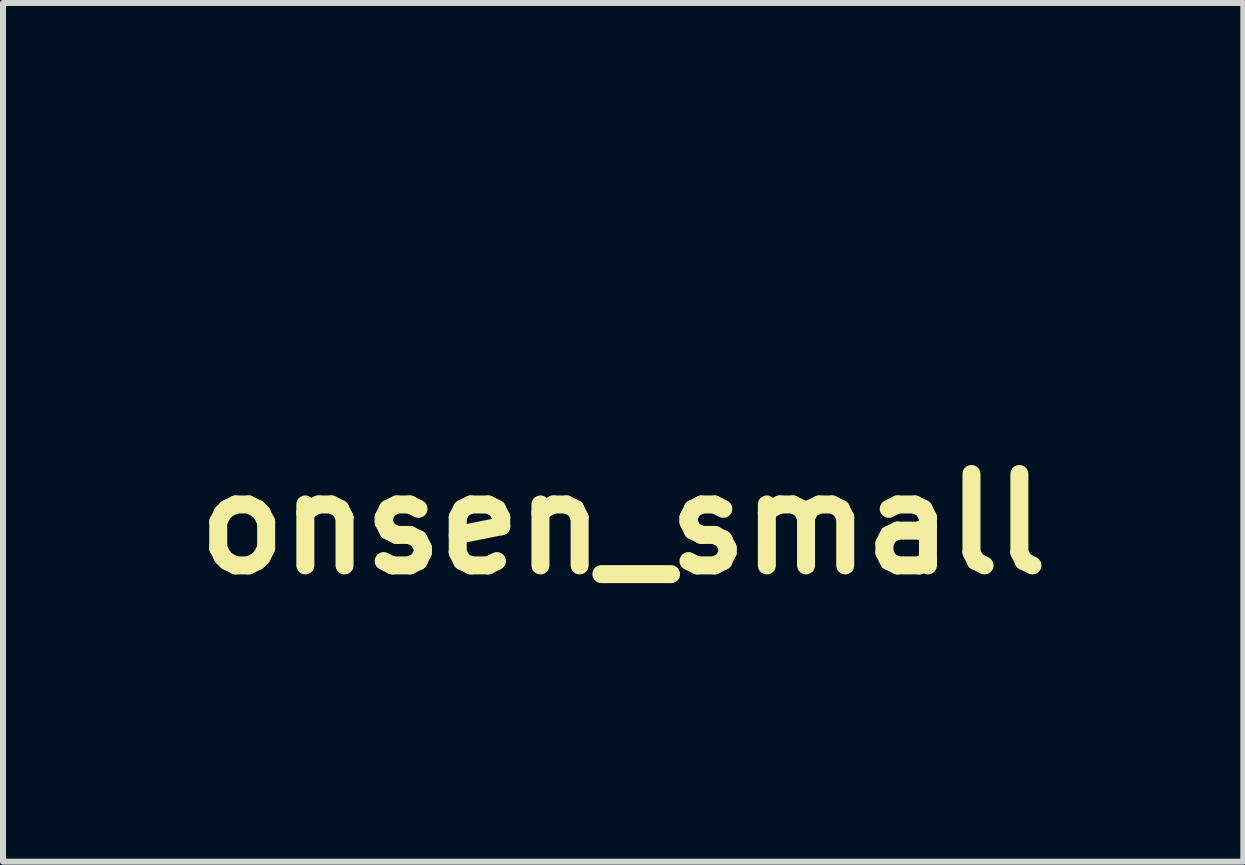
<source format=kicad_pcb>
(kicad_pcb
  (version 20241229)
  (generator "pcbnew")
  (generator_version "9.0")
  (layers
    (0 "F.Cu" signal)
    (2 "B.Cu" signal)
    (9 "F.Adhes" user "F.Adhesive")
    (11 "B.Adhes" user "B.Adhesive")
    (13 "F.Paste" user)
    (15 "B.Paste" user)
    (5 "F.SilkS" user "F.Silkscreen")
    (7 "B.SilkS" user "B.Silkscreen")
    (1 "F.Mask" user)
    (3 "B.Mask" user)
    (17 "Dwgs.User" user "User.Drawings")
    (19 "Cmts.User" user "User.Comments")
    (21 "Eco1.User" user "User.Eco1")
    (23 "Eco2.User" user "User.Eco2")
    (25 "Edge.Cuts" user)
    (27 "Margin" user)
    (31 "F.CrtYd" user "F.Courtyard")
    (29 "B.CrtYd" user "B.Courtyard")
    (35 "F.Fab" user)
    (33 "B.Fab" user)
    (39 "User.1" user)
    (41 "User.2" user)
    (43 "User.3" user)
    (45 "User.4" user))
  (footprint "onsen_small"
    (layer "F.Cu")
    (at 7.337 5.685)
    (property "Reference" "onsen_small" (at 0 0 0) (layer "F.SilkS") (effects (font (size 1.524 1.524) (thickness 0.3))))
    (attr through_hole)
    (fp_poly (pts (xy -1.615 -5.059) (xy -1.586 -5.049) (xy -1.545 -5.027) (xy -1.518 -5.004) (xy -1.516 -5.001) (xy -1.511 -4.968) (xy -1.515 -4.91) (xy -1.528 -4.83) (xy -1.549 -4.732) (xy -1.576 -4.621) (xy -1.61 -4.5) (xy -1.612 -4.494) (xy -1.654 -4.35) (xy -1.685 -4.229) (xy -1.708 -4.125) (xy -1.724 -4.03) (xy -1.733 -3.938) (xy -1.737 -3.843) (xy -1.738 -3.787) (xy -1.723 -3.549) (xy -1.679 -3.31) (xy -1.606 -3.075) (xy -1.59 -3.033) (xy -1.579 -3.004) (xy -1.559 -2.955) (xy -1.535 -2.894) (xy -1.527 -2.875) (xy -1.5 -2.807) (xy -1.473 -2.742) (xy -1.452 -2.692) (xy -1.448 -2.684) (xy -1.394 -2.561) (xy -1.338 -2.425) (xy -1.282 -2.286) (xy -1.231 -2.154) (xy -1.188 -2.036) (xy -1.171 -1.986) (xy -1.125 -1.824) (xy -1.088 -1.652) (xy -1.064 -1.482) (xy -1.052 -1.325) (xy -1.052 -1.291) (xy -1.064 -1.101) (xy -1.1 -0.895) (xy -1.16 -0.675) (xy -1.242 -0.444) (xy -1.344 -0.206) (xy -1.386 -0.12) (xy -1.473 0.04) (xy -1.558 0.17) (xy -1.644 0.271) (xy -1.731 0.345) (xy -1.821 0.393) (xy -1.899 0.414) (xy -1.938 0.418) (xy -1.959 0.407) (xy -1.971 0.384) (xy -1.992 0.306) (xy -1.995 0.221) (xy -1.981 0.125) (xy -1.947 0.014) (xy -1.897 -0.112) (xy -1.863 -0.193) (xy -1.838 -0.257) (xy -1.821 -0.312) (xy -1.806 -0.372) (xy -1.792 -0.445) (xy -1.789 -0.462) (xy -1.763 -0.626) (xy -1.747 -0.79) (xy -1.739 -0.962) (xy -1.738 -1.152) (xy -1.74 -1.232) (xy -1.744 -1.351) (xy -1.749 -1.445) (xy -1.755 -1.519) (xy -1.764 -1.577) (xy -1.775 -1.626) (xy -1.78 -1.644) (xy -1.799 -1.709) (xy -1.818 -1.771) (xy -1.83 -1.809) (xy -1.842 -1.841) (xy -1.867 -1.896) (xy -1.902 -1.969) (xy -1.944 -2.056) (xy -1.991 -2.15) (xy -2.015 -2.196) (xy -2.107 -2.383) (xy -2.181 -2.55) (xy -2.24 -2.704) (xy -2.283 -2.849) (xy -2.314 -2.993) (xy -2.334 -3.139) (xy -2.343 -3.295) (xy -2.345 -3.406) (xy -2.33 -3.681) (xy -2.283 -3.95) (xy -2.206 -4.213) (xy -2.098 -4.47) (xy -1.959 -4.721) (xy -1.824 -4.921) (xy -1.765 -4.994) (xy -1.714 -5.04) (xy -1.665 -5.061) (xy -1.615 -5.059)) (stroke (width 0.01) (type solid)) (fill yes) (layer "F.Mask"))
    (fp_poly (pts (xy 0.119 -5.678) (xy 0.149 -5.647) (xy 0.168 -5.6) (xy 0.182 -5.54) (xy 0.188 -5.477) (xy 0.185 -5.409) (xy 0.173 -5.329) (xy 0.149 -5.233) (xy 0.115 -5.115) (xy 0.087 -5.026) (xy 0.042 -4.851) (xy 0.014 -4.653) (xy 0.003 -4.436) (xy 0.007 -4.204) (xy 0.028 -3.961) (xy 0.064 -3.711) (xy 0.116 -3.458) (xy 0.149 -3.327) (xy 0.168 -3.256) (xy 0.186 -3.192) (xy 0.199 -3.144) (xy 0.203 -3.129) (xy 0.207 -3.111) (xy 0.214 -3.088) (xy 0.224 -3.056) (xy 0.237 -3.012) (xy 0.256 -2.953) (xy 0.281 -2.873) (xy 0.313 -2.771) (xy 0.353 -2.642) (xy 0.355 -2.636) (xy 0.418 -2.432) (xy 0.47 -2.252) (xy 0.512 -2.09) (xy 0.545 -1.942) (xy 0.571 -1.803) (xy 0.591 -1.667) (xy 0.602 -1.57) (xy 0.61 -1.357) (xy 0.592 -1.129) (xy 0.548 -0.884) (xy 0.479 -0.621) (xy 0.433 -0.477) (xy 0.396 -0.371) (xy 0.356 -0.261) (xy 0.316 -0.158) (xy 0.281 -0.071) (xy 0.265 -0.033) (xy 0.252 -0.001) (xy 0.232 0.048) (xy 0.218 0.086) (xy 0.197 0.137) (xy 0.166 0.206) (xy 0.13 0.283) (xy 0.102 0.34) (xy 0.054 0.432) (xy 0.007 0.505) (xy -0.044 0.569) (xy -0.084 0.611) (xy -0.155 0.676) (xy -0.222 0.723) (xy -0.279 0.751) (xy -0.324 0.756) (xy -0.342 0.747) (xy -0.369 0.711) (xy -0.393 0.653) (xy -0.41 0.584) (xy -0.417 0.516) (xy -0.417 0.51) (xy -0.413 0.461) (xy -0.404 0.396) (xy -0.39 0.325) (xy -0.375 0.256) (xy -0.36 0.201) (xy -0.346 0.167) (xy -0.346 0.167) (xy -0.324 0.116) (xy -0.302 0.036) (xy -0.282 -0.07) (xy -0.262 -0.198) (xy -0.244 -0.347) (xy -0.234 -0.454) (xy -0.217 -0.697) (xy -0.212 -0.92) (xy -0.218 -1.129) (xy -0.238 -1.331) (xy -0.272 -1.533) (xy -0.321 -1.741) (xy -0.386 -1.96) (xy -0.468 -2.199) (xy -0.48 -2.232) (xy -0.536 -2.387) (xy -0.583 -2.517) (xy -0.622 -2.626) (xy -0.653 -2.718) (xy -0.679 -2.798) (xy -0.701 -2.87) (xy -0.721 -2.939) (xy -0.739 -3.008) (xy -0.743 -3.025) (xy -0.8 -3.306) (xy -0.827 -3.577) (xy -0.824 -3.839) (xy -0.79 -4.092) (xy -0.764 -4.208) (xy -0.717 -4.367) (xy -0.658 -4.533) (xy -0.59 -4.701) (xy -0.514 -4.867) (xy -0.433 -5.029) (xy -0.348 -5.181) (xy -0.261 -5.32) (xy -0.176 -5.442) (xy -0.093 -5.544) (xy -0.016 -5.621) (xy 0.027 -5.654) (xy 0.08 -5.68) (xy 0.119 -5.678)) (stroke (width 0.01) (type solid)) (fill yes) (layer "F.Mask"))
    (fp_poly (pts (xy 1.697 -5.053) (xy 1.708 -5.051) (xy 1.754 -5.041) (xy 1.787 -5.027) (xy 1.794 -5.022) (xy 1.799 -4.998) (xy 1.801 -4.951) (xy 1.8 -4.889) (xy 1.798 -4.863) (xy 1.792 -4.792) (xy 1.781 -4.721) (xy 1.765 -4.642) (xy 1.742 -4.549) (xy 1.711 -4.435) (xy 1.703 -4.407) (xy 1.666 -4.276) (xy 1.638 -4.171) (xy 1.616 -4.085) (xy 1.6 -4.013) (xy 1.589 -3.95) (xy 1.582 -3.89) (xy 1.578 -3.827) (xy 1.577 -3.757) (xy 1.576 -3.684) (xy 1.578 -3.567) (xy 1.582 -3.472) (xy 1.591 -3.389) (xy 1.607 -3.309) (xy 1.629 -3.222) (xy 1.65 -3.152) (xy 1.702 -3) (xy 1.771 -2.824) (xy 1.854 -2.629) (xy 1.901 -2.525) (xy 1.998 -2.306) (xy 2.077 -2.112) (xy 2.139 -1.942) (xy 2.183 -1.796) (xy 2.193 -1.755) (xy 2.221 -1.627) (xy 2.24 -1.516) (xy 2.251 -1.413) (xy 2.255 -1.306) (xy 2.256 -1.279) (xy 2.252 -1.142) (xy 2.238 -1.009) (xy 2.212 -0.874) (xy 2.174 -0.735) (xy 2.121 -0.585) (xy 2.054 -0.422) (xy 1.969 -0.24) (xy 1.9 -0.1) (xy 1.824 0.042) (xy 1.754 0.158) (xy 1.686 0.252) (xy 1.618 0.328) (xy 1.593 0.352) (xy 1.534 0.401) (xy 1.488 0.427) (xy 1.448 0.432) (xy 1.406 0.42) (xy 1.4 0.417) (xy 1.353 0.377) (xy 1.323 0.311) (xy 1.312 0.218) (xy 1.319 0.1) (xy 1.343 -0.045) (xy 1.371 -0.162) (xy 1.399 -0.268) (xy 1.42 -0.353) (xy 1.436 -0.425) (xy 1.449 -0.494) (xy 1.461 -0.569) (xy 1.472 -0.644) (xy 1.483 -0.723) (xy 1.495 -0.807) (xy 1.504 -0.869) (xy 1.513 -0.951) (xy 1.518 -1.052) (xy 1.52 -1.166) (xy 1.519 -1.283) (xy 1.515 -1.395) (xy 1.509 -1.496) (xy 1.499 -1.575) (xy 1.495 -1.597) (xy 1.469 -1.71) (xy 1.433 -1.83) (xy 1.387 -1.962) (xy 1.33 -2.109) (xy 1.258 -2.278) (xy 1.215 -2.374) (xy 1.191 -2.428) (xy 1.169 -2.479) (xy 1.163 -2.494) (xy 1.142 -2.541) (xy 1.125 -2.581) (xy 1.034 -2.816) (xy 0.972 -3.047) (xy 0.937 -3.281) (xy 0.926 -3.494) (xy 0.934 -3.695) (xy 0.959 -3.879) (xy 1.005 -4.055) (xy 1.074 -4.234) (xy 1.093 -4.277) (xy 1.116 -4.327) (xy 1.132 -4.366) (xy 1.139 -4.384) (xy 1.139 -4.384) (xy 1.147 -4.399) (xy 1.168 -4.436) (xy 1.2 -4.489) (xy 1.239 -4.554) (xy 1.243 -4.561) (xy 1.318 -4.679) (xy 1.394 -4.788) (xy 1.465 -4.884) (xy 1.53 -4.961) (xy 1.581 -5.012) (xy 1.619 -5.043) (xy 1.653 -5.054) (xy 1.697 -5.053)) (stroke (width 0.01) (type solid)) (fill yes) (layer "F.Mask"))
    (fp_poly (pts (xy -3 -1.368) (xy -2.939 -1.342) (xy -2.904 -1.299) (xy -2.896 -1.243) (xy -2.915 -1.173) (xy -2.963 -1.089) (xy -3.038 -0.991) (xy -3.141 -0.877) (xy -3.173 -0.845) (xy -3.262 -0.753) (xy -3.332 -0.675) (xy -3.388 -0.603) (xy -3.434 -0.529) (xy -3.475 -0.447) (xy -3.517 -0.348) (xy -3.529 -0.319) (xy -3.562 -0.206) (xy -3.585 -0.074) (xy -3.596 0.067) (xy -3.595 0.206) (xy -3.58 0.334) (xy -3.569 0.388) (xy -3.524 0.539) (xy -3.473 0.67) (xy -3.409 0.791) (xy -3.327 0.913) (xy -3.308 0.939) (xy -3.177 1.087) (xy -3.017 1.224) (xy -2.827 1.35) (xy -2.608 1.464) (xy -2.36 1.566) (xy -2.082 1.657) (xy -1.775 1.737) (xy -1.774 1.737) (xy -1.702 1.754) (xy -1.634 1.77) (xy -1.581 1.782) (xy -1.568 1.785) (xy -1.483 1.803) (xy -1.371 1.822) (xy -1.237 1.843) (xy -1.086 1.864) (xy -0.922 1.885) (xy -0.749 1.905) (xy -0.742 1.906) (xy -0.64 1.915) (xy -0.512 1.922) (xy -0.366 1.928) (xy -0.207 1.932) (xy -0.041 1.934) (xy 0.126 1.934) (xy 0.288 1.933) (xy 0.438 1.929) (xy 0.57 1.924) (xy 0.679 1.917) (xy 0.71 1.914) (xy 1.032 1.875) (xy 1.326 1.831) (xy 1.595 1.779) (xy 1.844 1.719) (xy 2.076 1.649) (xy 2.293 1.57) (xy 2.5 1.48) (xy 2.623 1.419) (xy 2.824 1.303) (xy 3.003 1.172) (xy 3.157 1.029) (xy 3.285 0.876) (xy 3.368 0.747) (xy 3.443 0.578) (xy 3.488 0.401) (xy 3.503 0.214) (xy 3.488 0.018) (xy 3.443 -0.188) (xy 3.433 -0.223) (xy 3.393 -0.33) (xy 3.337 -0.446) (xy 3.273 -0.559) (xy 3.206 -0.658) (xy 3.171 -0.701) (xy 3.087 -0.798) (xy 3.021 -0.875) (xy 2.971 -0.935) (xy 2.934 -0.982) (xy 2.907 -1.019) (xy 2.887 -1.05) (xy 2.871 -1.079) (xy 2.867 -1.087) (xy 2.844 -1.15) (xy 2.828 -1.22) (xy 2.825 -1.241) (xy 2.822 -1.289) (xy 2.827 -1.315) (xy 2.841 -1.328) (xy 2.856 -1.332) (xy 2.946 -1.343) (xy 3.051 -1.334) (xy 3.164 -1.307) (xy 3.276 -1.263) (xy 3.336 -1.233) (xy 3.437 -1.164) (xy 3.545 -1.073) (xy 3.651 -0.966) (xy 3.75 -0.851) (xy 3.834 -0.734) (xy 3.856 -0.698) (xy 3.941 -0.547) (xy 4.007 -0.406) (xy 4.059 -0.265) (xy 4.097 -0.116) (xy 4.127 0.051) (xy 4.14 0.142) (xy 4.148 0.32) (xy 4.133 0.51) (xy 4.097 0.705) (xy 4.04 0.896) (xy 3.964 1.075) (xy 3.925 1.15) (xy 3.81 1.323) (xy 3.665 1.488) (xy 3.491 1.645) (xy 3.29 1.794) (xy 3.062 1.933) (xy 2.809 2.062) (xy 2.532 2.18) (xy 2.231 2.286) (xy 2.091 2.329) (xy 1.862 2.392) (xy 1.616 2.448) (xy 1.368 2.497) (xy 1.129 2.535) (xy 1.036 2.547) (xy 0.895 2.563) (xy 0.781 2.576) (xy 0.689 2.586) (xy 0.611 2.593) (xy 0.545 2.599) (xy 0.496 2.603) (xy 0.441 2.606) (xy 0.366 2.609) (xy 0.275 2.612) (xy 0.175 2.615) (xy 0.069 2.617) (xy -0.037 2.619) (xy -0.139 2.621) (xy -0.232 2.622) (xy -0.312 2.622) (xy -0.372 2.622) (xy -0.409 2.62) (xy -0.419 2.619) (xy -0.437 2.615) (xy -0.48 2.611) (xy -0.541 2.606) (xy -0.608 2.602) (xy -0.698 2.597) (xy -0.791 2.59) (xy -0.876 2.582) (xy -0.917 2.577) (xy -0.999 2.567) (xy -1.092 2.556) (xy -1.177 2.547) (xy -1.179 2.546) (xy -1.285 2.533) (xy -1.41 2.514) (xy -1.542 2.492) (xy -1.67 2.469) (xy -1.783 2.446) (xy -1.83 2.435) (xy -2.195 2.338) (xy -2.531 2.228) (xy -2.838 2.105) (xy -3.118 1.97) (xy -3.369 1.821) (xy -3.593 1.659) (xy -3.789 1.484) (xy -3.823 1.449) (xy -3.972 1.279) (xy -4.091 1.109) (xy -4.181 0.936) (xy -4.243 0.756) (xy -4.279 0.568) (xy -4.29 0.374) (xy -4.275 0.146) (xy -4.229 -0.08) (xy -4.156 -0.301) (xy -4.055 -0.513) (xy -3.931 -0.713) (xy -3.783 -0.898) (xy -3.614 -1.065) (xy -3.426 -1.211) (xy -3.419 -1.215) (xy -3.291 -1.293) (xy -3.178 -1.345) (xy -3.081 -1.37) (xy -3 -1.368)) (stroke (width 0.01) (type solid)) (fill yes) (layer "F.Mask")))
  (gr_rect
    (start -3 -3)
    (end 17.674 11.312)
    (stroke (width 0.1) (type default))
    (fill no)
    (layer "Edge.Cuts")))
</source>
